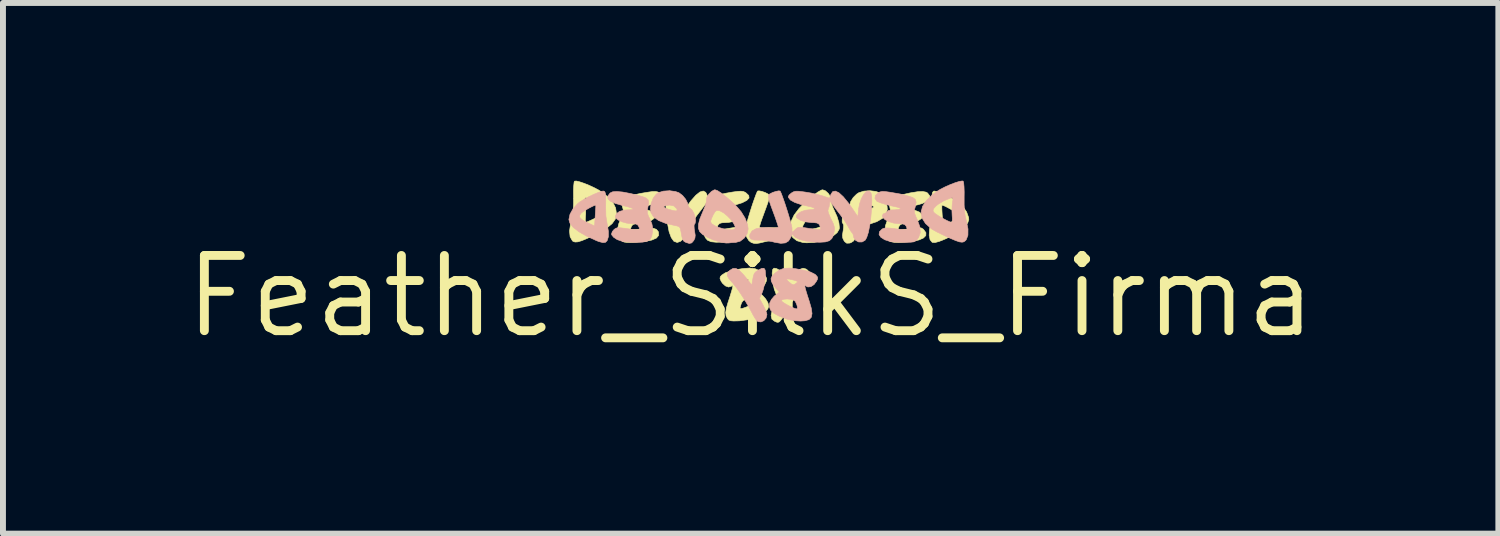
<source format=kicad_pcb>
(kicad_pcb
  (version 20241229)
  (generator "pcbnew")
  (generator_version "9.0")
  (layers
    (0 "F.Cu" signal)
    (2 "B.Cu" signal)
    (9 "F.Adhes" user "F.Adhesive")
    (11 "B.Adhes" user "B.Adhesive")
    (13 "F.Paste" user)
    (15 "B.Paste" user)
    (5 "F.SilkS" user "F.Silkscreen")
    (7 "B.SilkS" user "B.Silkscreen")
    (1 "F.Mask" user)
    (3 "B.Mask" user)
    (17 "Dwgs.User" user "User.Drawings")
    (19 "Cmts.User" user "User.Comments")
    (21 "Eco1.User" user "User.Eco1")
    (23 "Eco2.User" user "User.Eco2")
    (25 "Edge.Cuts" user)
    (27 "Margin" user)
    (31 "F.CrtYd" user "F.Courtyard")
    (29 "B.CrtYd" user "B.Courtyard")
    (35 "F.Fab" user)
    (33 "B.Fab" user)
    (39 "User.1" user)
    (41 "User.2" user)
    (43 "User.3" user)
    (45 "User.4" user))
  (footprint "Feather_SilkS_Firma"
    (layer "F.Cu")
    (at 9.623 1.953)
    (property "Reference" "Feather_SilkS_Firma" (at 0 0 0) (layer "F.SilkS") (effects (font (size 1.27 1.27) (thickness 0.15))))
    (attr through_hole)
    (fp_poly (pts (xy 0.436 -0.469) (xy 0.485 -0.443) (xy 0.527 -0.414) (xy 0.552 -0.386) (xy 0.568 -0.343) (xy 0.581 -0.272) (xy 0.581 -0.269) (xy 0.595 -0.19) (xy 0.694 -0.316) (xy 0.77 -0.404) (xy 0.832 -0.456) (xy 0.884 -0.475) (xy 0.933 -0.462) (xy 0.961 -0.442) (xy 0.998 -0.401) (xy 1.016 -0.364) (xy 1.016 -0.361) (xy 1.002 -0.329) (xy 0.966 -0.28) (xy 0.924 -0.233) (xy 0.876 -0.175) (xy 0.816 -0.092) (xy 0.752 0.004) (xy 0.704 0.085) (xy 0.631 0.21) (xy 0.576 0.303) (xy 0.536 0.368) (xy 0.505 0.409) (xy 0.481 0.432) (xy 0.46 0.439) (xy 0.438 0.435) (xy 0.412 0.424) (xy 0.408 0.423) (xy 0.359 0.385) (xy 0.345 0.323) (xy 0.364 0.236) (xy 0.399 0.159) (xy 0.465 0.031) (xy 0.423 -0.054) (xy 0.398 -0.124) (xy 0.378 -0.217) (xy 0.368 -0.299) (xy 0.363 -0.394) (xy 0.371 -0.452) (xy 0.394 -0.476) (xy 0.436 -0.469)) (stroke (width 0.01) (type solid)) (fill yes) (layer "F.SilkS"))
    (fp_poly (pts (xy 3.146 -1.768) (xy 3.217 -1.742) (xy 3.301 -1.704) (xy 3.387 -1.661) (xy 3.463 -1.617) (xy 3.501 -1.592) (xy 3.584 -1.515) (xy 3.646 -1.424) (xy 3.679 -1.333) (xy 3.683 -1.297) (xy 3.665 -1.241) (xy 3.616 -1.176) (xy 3.543 -1.11) (xy 3.453 -1.05) (xy 3.426 -1.035) (xy 3.289 -0.97) (xy 3.185 -0.928) (xy 3.112 -0.908) (xy 3.067 -0.911) (xy 3.064 -0.913) (xy 3.029 -0.955) (xy 3.014 -1.029) (xy 3.019 -1.128) (xy 3.035 -1.212) (xy 3.059 -1.361) (xy 3.062 -1.508) (xy 3.227 -1.508) (xy 3.229 -1.451) (xy 3.233 -1.381) (xy 3.239 -1.308) (xy 3.246 -1.245) (xy 3.252 -1.203) (xy 3.256 -1.192) (xy 3.282 -1.205) (xy 3.333 -1.228) (xy 3.367 -1.244) (xy 3.449 -1.286) (xy 3.493 -1.324) (xy 3.503 -1.361) (xy 3.48 -1.4) (xy 3.48 -1.4) (xy 3.45 -1.425) (xy 3.4 -1.457) (xy 3.342 -1.49) (xy 3.287 -1.519) (xy 3.245 -1.537) (xy 3.229 -1.539) (xy 3.227 -1.508) (xy 3.062 -1.508) (xy 3.062 -1.525) (xy 3.059 -1.636) (xy 3.062 -1.711) (xy 3.071 -1.755) (xy 3.087 -1.775) (xy 3.1 -1.778) (xy 3.146 -1.768)) (stroke (width 0.01) (type solid)) (fill yes) (layer "F.SilkS"))
    (fp_poly (pts (xy 1.263 -1.781) (xy 1.311 -1.737) (xy 1.348 -1.682) (xy 1.361 -1.629) (xy 1.36 -1.622) (xy 1.364 -1.574) (xy 1.385 -1.508) (xy 1.403 -1.469) (xy 1.458 -1.347) (xy 1.49 -1.242) (xy 1.498 -1.16) (xy 1.495 -1.136) (xy 1.46 -1.075) (xy 1.391 -1.019) (xy 1.296 -0.971) (xy 1.185 -0.934) (xy 1.065 -0.91) (xy 0.945 -0.904) (xy 0.881 -0.909) (xy 0.78 -0.939) (xy 0.71 -0.994) (xy 0.67 -1.07) (xy 0.662 -1.149) (xy 0.877 -1.149) (xy 0.88 -1.141) (xy 0.91 -1.127) (xy 0.969 -1.126) (xy 1.043 -1.136) (xy 1.122 -1.154) (xy 1.193 -1.179) (xy 1.208 -1.186) (xy 1.263 -1.219) (xy 1.286 -1.254) (xy 1.281 -1.301) (xy 1.249 -1.371) (xy 1.247 -1.375) (xy 1.216 -1.427) (xy 1.189 -1.449) (xy 1.155 -1.449) (xy 1.146 -1.447) (xy 1.087 -1.42) (xy 1.023 -1.373) (xy 0.963 -1.314) (xy 0.914 -1.251) (xy 0.882 -1.193) (xy 0.877 -1.149) (xy 0.662 -1.149) (xy 0.661 -1.161) (xy 0.682 -1.264) (xy 0.734 -1.373) (xy 0.817 -1.483) (xy 0.863 -1.531) (xy 0.966 -1.626) (xy 1.058 -1.704) (xy 1.135 -1.761) (xy 1.192 -1.793) (xy 1.215 -1.799) (xy 1.263 -1.781)) (stroke (width 0.01) (type solid)) (fill yes) (layer "F.SilkS"))
    (fp_poly (pts (xy 2.113 -1.771) (xy 2.173 -1.75) (xy 2.232 -1.698) (xy 2.278 -1.618) (xy 2.303 -1.521) (xy 2.307 -1.469) (xy 2.287 -1.388) (xy 2.227 -1.318) (xy 2.128 -1.26) (xy 1.992 -1.216) (xy 1.88 -1.193) (xy 1.833 -1.183) (xy 1.808 -1.163) (xy 1.795 -1.122) (xy 1.788 -1.079) (xy 1.77 -0.991) (xy 1.74 -0.937) (xy 1.693 -0.906) (xy 1.669 -0.899) (xy 1.622 -0.897) (xy 1.588 -0.923) (xy 1.576 -0.94) (xy 1.555 -0.983) (xy 1.55 -1.03) (xy 1.56 -1.099) (xy 1.561 -1.102) (xy 1.569 -1.164) (xy 1.569 -1.208) (xy 1.563 -1.219) (xy 1.545 -1.252) (xy 1.546 -1.308) (xy 1.561 -1.374) (xy 1.588 -1.435) (xy 1.602 -1.452) (xy 1.851 -1.452) (xy 1.863 -1.441) (xy 1.902 -1.445) (xy 1.975 -1.464) (xy 1.977 -1.464) (xy 2.049 -1.488) (xy 2.08 -1.507) (xy 2.072 -1.522) (xy 2.035 -1.534) (xy 1.949 -1.538) (xy 1.887 -1.511) (xy 1.862 -1.48) (xy 1.851 -1.452) (xy 1.602 -1.452) (xy 1.622 -1.478) (xy 1.64 -1.489) (xy 1.668 -1.518) (xy 1.672 -1.539) (xy 1.689 -1.6) (xy 1.731 -1.667) (xy 1.789 -1.725) (xy 1.825 -1.749) (xy 1.91 -1.776) (xy 2.013 -1.783) (xy 2.113 -1.771)) (stroke (width 0.01) (type solid)) (fill yes) (layer "F.SilkS"))
    (fp_poly (pts (xy -2.886 -1.933) (xy -2.809 -1.907) (xy -2.723 -1.872) (xy -2.637 -1.832) (xy -2.559 -1.79) (xy -2.519 -1.764) (xy -2.403 -1.673) (xy -2.325 -1.584) (xy -2.28 -1.492) (xy -2.265 -1.392) (xy -2.265 -1.385) (xy -2.283 -1.307) (xy -2.338 -1.229) (xy -2.432 -1.151) (xy -2.566 -1.071) (xy -2.637 -1.035) (xy -2.76 -0.978) (xy -2.851 -0.94) (xy -2.918 -0.92) (xy -2.964 -0.917) (xy -2.998 -0.928) (xy -3.01 -0.939) (xy -3.048 -1.006) (xy -3.058 -1.103) (xy -3.039 -1.231) (xy -3.028 -1.273) (xy -3.007 -1.363) (xy -2.995 -1.455) (xy -2.99 -1.561) (xy -2.99 -1.653) (xy -2.801 -1.653) (xy -2.799 -1.614) (xy -2.792 -1.572) (xy -2.785 -1.487) (xy -2.785 -1.393) (xy -2.788 -1.36) (xy -2.792 -1.298) (xy -2.789 -1.258) (xy -2.784 -1.249) (xy -2.758 -1.258) (xy -2.705 -1.281) (xy -2.637 -1.313) (xy -2.631 -1.316) (xy -2.54 -1.366) (xy -2.486 -1.408) (xy -2.468 -1.448) (xy -2.482 -1.489) (xy -2.512 -1.522) (xy -2.6 -1.587) (xy -2.712 -1.642) (xy -2.764 -1.66) (xy -2.79 -1.665) (xy -2.801 -1.653) (xy -2.99 -1.653) (xy -2.99 -1.676) (xy -2.991 -1.783) (xy -2.987 -1.868) (xy -2.981 -1.925) (xy -2.974 -1.944) (xy -2.944 -1.947) (xy -2.886 -1.933)) (stroke (width 0.01) (type solid)) (fill yes) (layer "F.SilkS"))
    (fp_poly (pts (xy 2.962 -1.759) (xy 2.986 -1.745) (xy 3.025 -1.694) (xy 3.024 -1.648) (xy 2.982 -1.606) (xy 2.899 -1.568) (xy 2.774 -1.533) (xy 2.773 -1.533) (xy 2.673 -1.507) (xy 2.614 -1.487) (xy 2.597 -1.473) (xy 2.621 -1.463) (xy 2.687 -1.46) (xy 2.689 -1.46) (xy 2.782 -1.449) (xy 2.853 -1.42) (xy 2.893 -1.376) (xy 2.9 -1.346) (xy 2.881 -1.312) (xy 2.83 -1.278) (xy 2.76 -1.25) (xy 2.682 -1.232) (xy 2.629 -1.228) (xy 2.564 -1.225) (xy 2.528 -1.212) (xy 2.506 -1.184) (xy 2.502 -1.175) (xy 2.491 -1.147) (xy 2.493 -1.13) (xy 2.514 -1.123) (xy 2.561 -1.124) (xy 2.638 -1.134) (xy 2.717 -1.145) (xy 2.799 -1.157) (xy 2.851 -1.159) (xy 2.884 -1.153) (xy 2.911 -1.136) (xy 2.921 -1.126) (xy 2.959 -1.074) (xy 2.957 -1.026) (xy 2.917 -0.985) (xy 2.842 -0.952) (xy 2.735 -0.928) (xy 2.597 -0.915) (xy 2.595 -0.915) (xy 2.495 -0.911) (xy 2.427 -0.912) (xy 2.383 -0.919) (xy 2.351 -0.932) (xy 2.331 -0.946) (xy 2.286 -1.008) (xy 2.268 -1.094) (xy 2.276 -1.194) (xy 2.313 -1.299) (xy 2.316 -1.306) (xy 2.347 -1.372) (xy 2.36 -1.421) (xy 2.357 -1.469) (xy 2.347 -1.514) (xy 2.335 -1.577) (xy 2.342 -1.622) (xy 2.371 -1.655) (xy 2.43 -1.682) (xy 2.524 -1.708) (xy 2.542 -1.712) (xy 2.697 -1.747) (xy 2.816 -1.766) (xy 2.904 -1.77) (xy 2.962 -1.759)) (stroke (width 0.01) (type solid)) (fill yes) (layer "F.SilkS"))
    (fp_poly (pts (xy -1.567 -1.762) (xy -1.536 -1.745) (xy -1.492 -1.699) (xy -1.485 -1.65) (xy -1.514 -1.608) (xy -1.553 -1.588) (xy -1.623 -1.564) (xy -1.714 -1.539) (xy -1.814 -1.516) (xy -1.847 -1.509) (xy -1.901 -1.494) (xy -1.914 -1.479) (xy -1.89 -1.467) (xy -1.83 -1.461) (xy -1.813 -1.46) (xy -1.738 -1.456) (xy -1.697 -1.443) (xy -1.686 -1.429) (xy -1.657 -1.401) (xy -1.641 -1.397) (xy -1.614 -1.38) (xy -1.609 -1.359) (xy -1.628 -1.318) (xy -1.679 -1.28) (xy -1.751 -1.249) (xy -1.834 -1.231) (xy -1.881 -1.228) (xy -1.949 -1.224) (xy -1.989 -1.211) (xy -2.012 -1.184) (xy -2.026 -1.145) (xy -2.023 -1.127) (xy -1.998 -1.125) (xy -1.942 -1.128) (xy -1.865 -1.136) (xy -1.832 -1.14) (xy -1.72 -1.152) (xy -1.642 -1.149) (xy -1.592 -1.131) (xy -1.562 -1.096) (xy -1.557 -1.085) (xy -1.554 -1.029) (xy -1.591 -0.984) (xy -1.669 -0.95) (xy -1.785 -0.926) (xy -1.926 -0.915) (xy -2.026 -0.911) (xy -2.093 -0.911) (xy -2.135 -0.916) (xy -2.163 -0.928) (xy -2.185 -0.947) (xy -2.193 -0.956) (xy -2.24 -1.032) (xy -2.251 -1.121) (xy -2.226 -1.228) (xy -2.199 -1.293) (xy -2.165 -1.368) (xy -2.15 -1.42) (xy -2.151 -1.461) (xy -2.158 -1.488) (xy -2.179 -1.571) (xy -2.172 -1.627) (xy -2.137 -1.662) (xy -2.122 -1.669) (xy -2.004 -1.706) (xy -1.851 -1.739) (xy -1.742 -1.757) (xy -1.66 -1.769) (xy -1.605 -1.77) (xy -1.567 -1.762)) (stroke (width 0.01) (type solid)) (fill yes) (layer "F.SilkS"))
    (fp_poly (pts (xy 0.074 -0.467) (xy 0.151 -0.433) (xy 0.205 -0.39) (xy 0.251 -0.341) (xy 0.269 -0.303) (xy 0.266 -0.262) (xy 0.266 -0.26) (xy 0.241 -0.206) (xy 0.199 -0.149) (xy 0.19 -0.139) (xy 0.129 -0.077) (xy 0.203 -0.012) (xy 0.253 0.044) (xy 0.289 0.104) (xy 0.295 0.121) (xy 0.304 0.172) (xy 0.29 0.211) (xy 0.258 0.25) (xy 0.179 0.31) (xy 0.07 0.36) (xy -0.058 0.396) (xy -0.194 0.414) (xy -0.206 0.414) (xy -0.288 0.416) (xy -0.338 0.412) (xy -0.369 0.4) (xy -0.39 0.377) (xy -0.391 0.375) (xy -0.415 0.329) (xy -0.421 0.273) (xy -0.41 0.2) (xy -0.407 0.189) (xy -0.178 0.189) (xy -0.174 0.208) (xy -0.146 0.205) (xy -0.131 0.201) (xy -0.076 0.182) (xy -0.009 0.151) (xy 0.009 0.141) (xy 0.059 0.109) (xy 0.089 0.082) (xy 0.093 0.074) (xy 0.077 0.055) (xy 0.03 0.045) (xy -0.036 0.046) (xy -0.073 0.051) (xy -0.124 0.069) (xy -0.153 0.108) (xy -0.164 0.14) (xy -0.178 0.189) (xy -0.407 0.189) (xy -0.381 0.1) (xy -0.373 0.076) (xy -0.346 -0.007) (xy -0.323 -0.083) (xy -0.308 -0.135) (xy -0.308 -0.136) (xy -0.301 -0.177) (xy -0.309 -0.183) (xy -0.327 -0.17) (xy -0.373 -0.157) (xy -0.426 -0.176) (xy -0.476 -0.222) (xy -0.491 -0.245) (xy -0.178 -0.245) (xy -0.163 -0.227) (xy -0.155 -0.221) (xy -0.123 -0.199) (xy -0.098 -0.196) (xy -0.066 -0.215) (xy -0.032 -0.243) (xy 0.003 -0.277) (xy 0.003 -0.293) (xy -0.034 -0.292) (xy -0.109 -0.275) (xy -0.113 -0.274) (xy -0.163 -0.258) (xy -0.178 -0.245) (xy -0.491 -0.245) (xy -0.5 -0.258) (xy -0.518 -0.303) (xy -0.511 -0.333) (xy -0.488 -0.358) (xy -0.428 -0.397) (xy -0.331 -0.43) (xy -0.193 -0.459) (xy -0.138 -0.468) (xy -0.018 -0.478) (xy 0.074 -0.467)) (stroke (width 0.01) (type solid)) (fill yes) (layer "F.SilkS"))
    (fp_poly (pts (xy 0.188 -1.772) (xy 0.244 -1.753) (xy 0.291 -1.729) (xy 0.308 -1.713) (xy 0.314 -1.689) (xy 0.31 -1.649) (xy 0.292 -1.587) (xy 0.26 -1.497) (xy 0.233 -1.424) (xy 0.199 -1.331) (xy 0.171 -1.253) (xy 0.154 -1.196) (xy 0.148 -1.173) (xy 0.16 -1.159) (xy 0.199 -1.154) (xy 0.271 -1.156) (xy 0.306 -1.158) (xy 0.437 -1.158) (xy 0.536 -1.137) (xy 0.601 -1.094) (xy 0.627 -1.045) (xy 0.63 -0.995) (xy 0.605 -0.964) (xy 0.548 -0.95) (xy 0.472 -0.948) (xy 0.378 -0.944) (xy 0.276 -0.93) (xy 0.231 -0.92) (xy 0.149 -0.9) (xy 0.094 -0.892) (xy 0.053 -0.895) (xy 0.011 -0.909) (xy 0.009 -0.91) (xy -0.03 -0.941) (xy -0.062 -0.992) (xy -0.064 -0.995) (xy -0.084 -1.037) (xy -0.099 -1.044) (xy -0.111 -1.027) (xy -0.158 -0.983) (xy -0.243 -0.95) (xy -0.361 -0.926) (xy -0.458 -0.916) (xy -0.58 -0.913) (xy -0.668 -0.922) (xy -0.728 -0.947) (xy -0.765 -0.99) (xy -0.783 -1.034) (xy -0.799 -1.102) (xy -0.801 -1.156) (xy -0.787 -1.213) (xy -0.754 -1.286) (xy -0.74 -1.313) (xy -0.705 -1.389) (xy -0.691 -1.439) (xy -0.695 -1.474) (xy -0.698 -1.481) (xy -0.716 -1.536) (xy -0.72 -1.57) (xy -0.722 -1.598) (xy -0.732 -1.597) (xy -0.759 -1.564) (xy -0.767 -1.552) (xy -0.806 -1.5) (xy -0.858 -1.431) (xy -0.903 -1.373) (xy -0.957 -1.298) (xy -1.008 -1.22) (xy -1.037 -1.169) (xy -1.069 -1.114) (xy -1.095 -1.076) (xy -1.103 -1.068) (xy -1.119 -1.039) (xy -1.122 -1.018) (xy -1.14 -0.969) (xy -1.184 -0.929) (xy -1.238 -0.91) (xy -1.242 -0.91) (xy -1.296 -0.93) (xy -1.34 -0.991) (xy -1.377 -1.091) (xy -1.404 -1.233) (xy -1.423 -1.416) (xy -1.428 -1.489) (xy -1.433 -1.608) (xy -1.43 -1.69) (xy -1.418 -1.743) (xy -1.397 -1.77) (xy -1.365 -1.778) (xy -1.363 -1.778) (xy -1.325 -1.759) (xy -1.285 -1.708) (xy -1.249 -1.635) (xy -1.222 -1.55) (xy -1.208 -1.476) (xy -1.196 -1.344) (xy -1.103 -1.482) (xy -1.008 -1.613) (xy -0.925 -1.707) (xy -0.856 -1.762) (xy -0.8 -1.778) (xy -0.759 -1.756) (xy -0.739 -1.718) (xy -0.718 -1.657) (xy -0.6 -1.696) (xy -0.519 -1.719) (xy -0.417 -1.741) (xy -0.315 -1.759) (xy -0.309 -1.76) (xy -0.221 -1.772) (xy -0.164 -1.775) (xy -0.124 -1.77) (xy -0.092 -1.756) (xy -0.079 -1.747) (xy -0.032 -1.703) (xy -0.027 -1.661) (xy -0.065 -1.62) (xy -0.143 -1.58) (xy -0.263 -1.542) (xy -0.407 -1.51) (xy -0.455 -1.495) (xy -0.463 -1.479) (xy -0.435 -1.466) (xy -0.375 -1.46) (xy -0.365 -1.46) (xy -0.296 -1.45) (xy -0.232 -1.426) (xy -0.181 -1.394) (xy -0.155 -1.36) (xy -0.157 -1.336) (xy -0.203 -1.296) (xy -0.279 -1.266) (xy -0.373 -1.248) (xy -0.414 -1.246) (xy -0.484 -1.242) (xy -0.524 -1.231) (xy -0.547 -1.209) (xy -0.556 -1.193) (xy -0.568 -1.151) (xy -0.565 -1.13) (xy -0.54 -1.127) (xy -0.483 -1.131) (xy -0.406 -1.141) (xy -0.372 -1.147) (xy -0.285 -1.161) (xy -0.228 -1.167) (xy -0.193 -1.164) (xy -0.167 -1.152) (xy -0.14 -1.129) (xy -0.138 -1.127) (xy -0.085 -1.078) (xy -0.085 -1.147) (xy -0.078 -1.187) (xy -0.06 -1.256) (xy -0.034 -1.346) (xy -0.003 -1.447) (xy 0.03 -1.549) (xy 0.063 -1.644) (xy 0.091 -1.72) (xy 0.112 -1.769) (xy 0.116 -1.777) (xy 0.14 -1.781) (xy 0.188 -1.772)) (stroke (width 0.01) (type solid)) (fill yes) (layer "F.SilkS"))
    (fp_poly (pts (xy 0.245 -0.444) (xy 0.251 -0.379) (xy 0.246 -0.3) (xy 0.233 -0.201) (xy 0.211 -0.11) (xy 0.19 -0.052) (xy 0.148 0.035) (xy 0.211 0.15) (xy 0.245 0.218) (xy 0.268 0.277) (xy 0.275 0.308) (xy 0.26 0.367) (xy 0.222 0.411) (xy 0.173 0.432) (xy 0.124 0.426) (xy 0.101 0.408) (xy 0.07 0.364) (xy 0.036 0.305) (xy 0.032 0.296) (xy -0.027 0.186) (xy -0.096 0.069) (xy -0.169 -0.045) (xy -0.239 -0.144) (xy -0.298 -0.219) (xy -0.311 -0.233) (xy -0.369 -0.3) (xy -0.396 -0.35) (xy -0.392 -0.391) (xy -0.359 -0.432) (xy -0.347 -0.442) (xy -0.298 -0.471) (xy -0.248 -0.471) (xy -0.192 -0.438) (xy -0.125 -0.37) (xy -0.08 -0.316) (xy 0.019 -0.19) (xy 0.032 -0.269) (xy 0.046 -0.341) (xy 0.061 -0.385) (xy 0.086 -0.414) (xy 0.128 -0.442) (xy 0.129 -0.443) (xy 0.187 -0.472) (xy 0.225 -0.474) (xy 0.245 -0.444)) (stroke (width 0.01) (type solid)) (fill yes) (layer "B.SilkS"))
    (fp_poly (pts (xy -2.465 -1.769) (xy -2.452 -1.74) (xy -2.446 -1.683) (xy -2.446 -1.594) (xy -2.448 -1.525) (xy -2.444 -1.355) (xy -2.421 -1.212) (xy -2.402 -1.099) (xy -2.402 -1.006) (xy -2.423 -0.94) (xy -2.451 -0.912) (xy -2.494 -0.907) (xy -2.564 -0.925) (xy -2.604 -0.941) (xy -2.77 -1.016) (xy -2.901 -1.091) (xy -2.996 -1.165) (xy -3.052 -1.237) (xy -3.069 -1.297) (xy -3.055 -1.362) (xy -2.889 -1.362) (xy -2.881 -1.326) (xy -2.839 -1.289) (xy -2.761 -1.246) (xy -2.742 -1.238) (xy -2.635 -1.188) (xy -2.624 -1.361) (xy -2.619 -1.442) (xy -2.615 -1.503) (xy -2.614 -1.536) (xy -2.614 -1.539) (xy -2.633 -1.537) (xy -2.676 -1.517) (xy -2.732 -1.488) (xy -2.791 -1.454) (xy -2.839 -1.422) (xy -2.866 -1.4) (xy -2.889 -1.362) (xy -3.055 -1.362) (xy -3.05 -1.386) (xy -2.999 -1.478) (xy -2.923 -1.562) (xy -2.887 -1.592) (xy -2.822 -1.633) (xy -2.741 -1.678) (xy -2.655 -1.719) (xy -2.574 -1.753) (xy -2.511 -1.774) (xy -2.486 -1.778) (xy -2.465 -1.769)) (stroke (width 0.01) (type solid)) (fill yes) (layer "B.SilkS"))
    (fp_poly (pts (xy -1.271 -1.77) (xy -1.211 -1.749) (xy -1.15 -1.703) (xy -1.097 -1.639) (xy -1.064 -1.573) (xy -1.058 -1.539) (xy -1.042 -1.501) (xy -1.026 -1.489) (xy -0.99 -1.458) (xy -0.959 -1.404) (xy -0.938 -1.339) (xy -0.93 -1.277) (xy -0.938 -1.231) (xy -0.95 -1.219) (xy -0.956 -1.193) (xy -0.953 -1.141) (xy -0.947 -1.102) (xy -0.936 -1.031) (xy -0.941 -0.983) (xy -0.961 -0.942) (xy -0.996 -0.902) (xy -1.036 -0.893) (xy -1.092 -0.91) (xy -1.125 -0.928) (xy -1.147 -0.958) (xy -1.162 -1.011) (xy -1.175 -1.085) (xy -1.187 -1.144) (xy -1.205 -1.174) (xy -1.241 -1.188) (xy -1.267 -1.193) (xy -1.427 -1.229) (xy -1.551 -1.278) (xy -1.637 -1.339) (xy -1.684 -1.413) (xy -1.693 -1.469) (xy -1.689 -1.505) (xy -1.466 -1.505) (xy -1.431 -1.486) (xy -1.379 -1.468) (xy -1.299 -1.446) (xy -1.254 -1.442) (xy -1.24 -1.456) (xy -1.248 -1.48) (xy -1.295 -1.526) (xy -1.367 -1.541) (xy -1.42 -1.534) (xy -1.462 -1.521) (xy -1.466 -1.505) (xy -1.689 -1.505) (xy -1.68 -1.569) (xy -1.644 -1.66) (xy -1.591 -1.728) (xy -1.559 -1.75) (xy -1.474 -1.776) (xy -1.371 -1.783) (xy -1.271 -1.77)) (stroke (width 0.01) (type solid)) (fill yes) (layer "B.SilkS"))
    (fp_poly (pts (xy 3.588 -1.944) (xy 3.596 -1.915) (xy 3.602 -1.851) (xy 3.605 -1.76) (xy 3.604 -1.676) (xy 3.604 -1.545) (xy 3.61 -1.441) (xy 3.623 -1.351) (xy 3.642 -1.273) (xy 3.669 -1.137) (xy 3.668 -1.031) (xy 3.639 -0.956) (xy 3.626 -0.941) (xy 3.6 -0.921) (xy 3.569 -0.914) (xy 3.524 -0.92) (xy 3.46 -0.942) (xy 3.368 -0.981) (xy 3.32 -1.002) (xy 3.228 -1.046) (xy 3.143 -1.088) (xy 3.078 -1.124) (xy 3.052 -1.14) (xy 2.952 -1.229) (xy 2.894 -1.322) (xy 2.877 -1.419) (xy 2.884 -1.447) (xy 3.079 -1.447) (xy 3.087 -1.424) (xy 3.114 -1.398) (xy 3.168 -1.361) (xy 3.235 -1.321) (xy 3.304 -1.284) (xy 3.362 -1.258) (xy 3.395 -1.249) (xy 3.403 -1.268) (xy 3.405 -1.316) (xy 3.402 -1.36) (xy 3.398 -1.449) (xy 3.402 -1.541) (xy 3.406 -1.572) (xy 3.415 -1.632) (xy 3.412 -1.66) (xy 3.396 -1.664) (xy 3.378 -1.66) (xy 3.261 -1.613) (xy 3.16 -1.551) (xy 3.126 -1.522) (xy 3.087 -1.479) (xy 3.079 -1.447) (xy 2.884 -1.447) (xy 2.902 -1.519) (xy 2.968 -1.62) (xy 3.076 -1.722) (xy 3.133 -1.764) (xy 3.199 -1.805) (xy 3.281 -1.847) (xy 3.369 -1.886) (xy 3.452 -1.918) (xy 3.524 -1.94) (xy 3.572 -1.948) (xy 3.588 -1.944)) (stroke (width 0.01) (type solid)) (fill yes) (layer "B.SilkS"))
    (fp_poly (pts (xy -0.559 -1.784) (xy -0.494 -1.742) (xy -0.41 -1.676) (xy -0.313 -1.591) (xy -0.249 -1.531) (xy -0.162 -1.43) (xy -0.094 -1.32) (xy -0.053 -1.212) (xy -0.042 -1.137) (xy -0.061 -1.055) (xy -0.109 -0.983) (xy -0.177 -0.931) (xy -0.254 -0.91) (xy -0.257 -0.91) (xy -0.32 -0.907) (xy -0.37 -0.901) (xy -0.415 -0.9) (xy -0.481 -0.91) (xy -0.519 -0.918) (xy -0.63 -0.952) (xy -0.731 -0.996) (xy -0.811 -1.045) (xy -0.86 -1.092) (xy -0.861 -1.093) (xy -0.882 -1.148) (xy -0.881 -1.218) (xy -0.87 -1.259) (xy -0.677 -1.259) (xy -0.658 -1.226) (xy -0.608 -1.193) (xy -0.537 -1.163) (xy -0.457 -1.139) (xy -0.378 -1.125) (xy -0.312 -1.123) (xy -0.27 -1.136) (xy -0.265 -1.143) (xy -0.263 -1.182) (xy -0.29 -1.236) (xy -0.335 -1.298) (xy -0.394 -1.358) (xy -0.456 -1.409) (xy -0.517 -1.442) (xy -0.532 -1.447) (xy -0.57 -1.45) (xy -0.597 -1.434) (xy -0.626 -1.388) (xy -0.633 -1.375) (xy -0.66 -1.317) (xy -0.676 -1.27) (xy -0.677 -1.259) (xy -0.87 -1.259) (xy -0.857 -1.309) (xy -0.808 -1.428) (xy -0.803 -1.44) (xy -0.771 -1.517) (xy -0.751 -1.583) (xy -0.746 -1.625) (xy -0.746 -1.628) (xy -0.74 -1.672) (xy -0.708 -1.724) (xy -0.662 -1.771) (xy -0.615 -1.797) (xy -0.601 -1.799) (xy -0.559 -1.784)) (stroke (width 0.01) (type solid)) (fill yes) (layer "B.SilkS"))
    (fp_poly (pts (xy -2.162 -1.761) (xy -2.03 -1.736) (xy -1.928 -1.712) (xy -1.828 -1.685) (xy -1.764 -1.659) (xy -1.73 -1.627) (xy -1.721 -1.585) (xy -1.731 -1.525) (xy -1.733 -1.514) (xy -1.746 -1.454) (xy -1.744 -1.408) (xy -1.727 -1.356) (xy -1.702 -1.306) (xy -1.668 -1.226) (xy -1.655 -1.158) (xy -1.657 -1.091) (xy -1.67 -1.014) (xy -1.698 -0.961) (xy -1.747 -0.93) (xy -1.824 -0.915) (xy -1.934 -0.912) (xy -2.025 -0.915) (xy -2.108 -0.921) (xy -2.168 -0.929) (xy -2.174 -0.931) (xy -2.253 -0.958) (xy -2.313 -0.997) (xy -2.346 -1.038) (xy -2.349 -1.054) (xy -2.334 -1.095) (xy -2.304 -1.13) (xy -2.277 -1.149) (xy -2.245 -1.158) (xy -2.197 -1.157) (xy -2.121 -1.148) (xy -2.102 -1.145) (xy -1.999 -1.13) (xy -1.931 -1.123) (xy -1.892 -1.124) (xy -1.877 -1.134) (xy -1.879 -1.154) (xy -1.888 -1.175) (xy -1.908 -1.207) (xy -1.94 -1.223) (xy -1.998 -1.228) (xy -2.015 -1.228) (xy -2.093 -1.236) (xy -2.171 -1.258) (xy -2.236 -1.289) (xy -2.277 -1.323) (xy -2.286 -1.346) (xy -2.266 -1.396) (xy -2.213 -1.434) (xy -2.132 -1.456) (xy -2.075 -1.46) (xy -2.008 -1.463) (xy -1.983 -1.472) (xy -2 -1.487) (xy -2.057 -1.507) (xy -2.157 -1.532) (xy -2.159 -1.533) (xy -2.284 -1.568) (xy -2.368 -1.606) (xy -2.41 -1.648) (xy -2.411 -1.694) (xy -2.373 -1.744) (xy -2.372 -1.745) (xy -2.33 -1.765) (xy -2.261 -1.77) (xy -2.162 -1.761)) (stroke (width 0.01) (type solid)) (fill yes) (layer "B.SilkS"))
    (fp_poly (pts (xy 2.279 -1.768) (xy 2.356 -1.757) (xy 2.533 -1.726) (xy 2.671 -1.691) (xy 2.736 -1.669) (xy 2.779 -1.638) (xy 2.794 -1.589) (xy 2.78 -1.514) (xy 2.772 -1.488) (xy 2.763 -1.448) (xy 2.767 -1.405) (xy 2.788 -1.347) (xy 2.813 -1.293) (xy 2.856 -1.175) (xy 2.864 -1.076) (xy 2.836 -0.994) (xy 2.809 -0.958) (xy 2.783 -0.934) (xy 2.752 -0.92) (xy 2.704 -0.914) (xy 2.63 -0.912) (xy 2.584 -0.913) (xy 2.495 -0.915) (xy 2.419 -0.918) (xy 2.369 -0.923) (xy 2.36 -0.924) (xy 2.264 -0.955) (xy 2.199 -0.996) (xy 2.168 -1.042) (xy 2.174 -1.09) (xy 2.218 -1.135) (xy 2.224 -1.139) (xy 2.255 -1.151) (xy 2.301 -1.155) (xy 2.372 -1.15) (xy 2.446 -1.14) (xy 2.528 -1.13) (xy 2.594 -1.125) (xy 2.632 -1.126) (xy 2.637 -1.127) (xy 2.638 -1.153) (xy 2.626 -1.184) (xy 2.602 -1.211) (xy 2.563 -1.224) (xy 2.495 -1.228) (xy 2.411 -1.237) (xy 2.331 -1.262) (xy 2.267 -1.296) (xy 2.229 -1.336) (xy 2.223 -1.359) (xy 2.237 -1.391) (xy 2.255 -1.397) (xy 2.29 -1.414) (xy 2.3 -1.429) (xy 2.323 -1.449) (xy 2.376 -1.459) (xy 2.427 -1.46) (xy 2.494 -1.465) (xy 2.526 -1.476) (xy 2.521 -1.491) (xy 2.475 -1.506) (xy 2.461 -1.509) (xy 2.36 -1.531) (xy 2.265 -1.556) (xy 2.187 -1.581) (xy 2.137 -1.602) (xy 2.128 -1.608) (xy 2.098 -1.654) (xy 2.108 -1.704) (xy 2.15 -1.745) (xy 2.184 -1.763) (xy 2.223 -1.771) (xy 2.279 -1.768)) (stroke (width 0.01) (type solid)) (fill yes) (layer "B.SilkS"))
    (fp_poly (pts (xy 0.751 -0.468) (xy 0.903 -0.44) (xy 1.014 -0.409) (xy 1.086 -0.372) (xy 1.102 -0.358) (xy 1.129 -0.325) (xy 1.129 -0.293) (xy 1.113 -0.258) (xy 1.07 -0.199) (xy 1.017 -0.164) (xy 0.966 -0.158) (xy 0.941 -0.17) (xy 0.919 -0.185) (xy 0.915 -0.17) (xy 0.922 -0.136) (xy 0.936 -0.085) (xy 0.959 -0.01) (xy 0.986 0.073) (xy 0.987 0.076) (xy 1.023 0.199) (xy 1.036 0.29) (xy 1.024 0.353) (xy 0.985 0.393) (xy 0.917 0.412) (xy 0.843 0.417) (xy 0.742 0.411) (xy 0.641 0.393) (xy 0.602 0.381) (xy 0.476 0.332) (xy 0.388 0.283) (xy 0.336 0.232) (xy 0.315 0.174) (xy 0.322 0.112) (xy 0.34 0.074) (xy 0.519 0.074) (xy 0.536 0.093) (xy 0.58 0.123) (xy 0.639 0.156) (xy 0.699 0.186) (xy 0.75 0.206) (xy 0.774 0.212) (xy 0.789 0.202) (xy 0.786 0.166) (xy 0.778 0.138) (xy 0.753 0.084) (xy 0.714 0.058) (xy 0.687 0.051) (xy 0.616 0.044) (xy 0.557 0.049) (xy 0.523 0.064) (xy 0.519 0.074) (xy 0.34 0.074) (xy 0.35 0.054) (xy 0.398 -0.003) (xy 0.413 -0.015) (xy 0.486 -0.073) (xy 0.424 -0.137) (xy 0.381 -0.193) (xy 0.351 -0.25) (xy 0.348 -0.26) (xy 0.347 -0.278) (xy 0.61 -0.278) (xy 0.644 -0.244) (xy 0.646 -0.243) (xy 0.691 -0.207) (xy 0.72 -0.195) (xy 0.745 -0.204) (xy 0.769 -0.221) (xy 0.791 -0.241) (xy 0.784 -0.255) (xy 0.743 -0.269) (xy 0.727 -0.274) (xy 0.65 -0.292) (xy 0.612 -0.293) (xy 0.61 -0.278) (xy 0.347 -0.278) (xy 0.344 -0.301) (xy 0.361 -0.339) (xy 0.405 -0.386) (xy 0.409 -0.39) (xy 0.481 -0.443) (xy 0.56 -0.472) (xy 0.657 -0.477) (xy 0.751 -0.468)) (stroke (width 0.01) (type solid)) (fill yes) (layer "B.SilkS"))
    (fp_poly (pts (xy 0.498 -1.777) (xy 0.517 -1.737) (xy 0.543 -1.667) (xy 0.575 -1.576) (xy 0.608 -1.475) (xy 0.64 -1.373) (xy 0.667 -1.279) (xy 0.688 -1.203) (xy 0.698 -1.155) (xy 0.698 -1.147) (xy 0.699 -1.078) (xy 0.752 -1.127) (xy 0.779 -1.151) (xy 0.805 -1.164) (xy 0.84 -1.167) (xy 0.895 -1.161) (xy 0.98 -1.148) (xy 0.986 -1.147) (xy 1.069 -1.135) (xy 1.135 -1.128) (xy 1.174 -1.128) (xy 1.179 -1.13) (xy 1.181 -1.157) (xy 1.169 -1.193) (xy 1.15 -1.222) (xy 1.12 -1.238) (xy 1.065 -1.245) (xy 1.027 -1.246) (xy 0.929 -1.257) (xy 0.844 -1.283) (xy 0.785 -1.319) (xy 0.771 -1.336) (xy 0.772 -1.368) (xy 0.805 -1.402) (xy 0.86 -1.433) (xy 0.926 -1.454) (xy 0.979 -1.46) (xy 1.043 -1.465) (xy 1.075 -1.477) (xy 1.072 -1.493) (xy 1.029 -1.508) (xy 1.021 -1.51) (xy 0.862 -1.546) (xy 0.745 -1.585) (xy 0.67 -1.627) (xy 0.637 -1.671) (xy 0.635 -1.684) (xy 0.651 -1.712) (xy 0.69 -1.746) (xy 0.693 -1.747) (xy 0.726 -1.766) (xy 0.761 -1.774) (xy 0.81 -1.774) (xy 0.885 -1.765) (xy 0.923 -1.76) (xy 1.024 -1.743) (xy 1.126 -1.72) (xy 1.209 -1.698) (xy 1.214 -1.696) (xy 1.332 -1.657) (xy 1.353 -1.718) (xy 1.384 -1.767) (xy 1.43 -1.777) (xy 1.49 -1.749) (xy 1.564 -1.681) (xy 1.651 -1.575) (xy 1.717 -1.482) (xy 1.81 -1.344) (xy 1.822 -1.476) (xy 1.839 -1.563) (xy 1.868 -1.646) (xy 1.905 -1.717) (xy 1.945 -1.764) (xy 1.977 -1.778) (xy 2.01 -1.77) (xy 2.031 -1.744) (xy 2.043 -1.693) (xy 2.046 -1.612) (xy 2.042 -1.495) (xy 2.042 -1.489) (xy 2.029 -1.333) (xy 2.01 -1.194) (xy 1.987 -1.079) (xy 1.959 -0.993) (xy 1.933 -0.948) (xy 1.881 -0.918) (xy 1.823 -0.918) (xy 1.771 -0.946) (xy 1.74 -0.994) (xy 1.736 -1.022) (xy 1.725 -1.058) (xy 1.717 -1.068) (xy 1.696 -1.092) (xy 1.667 -1.141) (xy 1.651 -1.169) (xy 1.612 -1.236) (xy 1.56 -1.315) (xy 1.517 -1.373) (xy 1.463 -1.443) (xy 1.412 -1.511) (xy 1.381 -1.552) (xy 1.35 -1.593) (xy 1.337 -1.6) (xy 1.334 -1.578) (xy 1.333 -1.57) (xy 1.324 -1.511) (xy 1.312 -1.481) (xy 1.304 -1.448) (xy 1.314 -1.403) (xy 1.344 -1.334) (xy 1.354 -1.313) (xy 1.393 -1.232) (xy 1.412 -1.173) (xy 1.415 -1.119) (xy 1.403 -1.057) (xy 1.397 -1.034) (xy 1.371 -0.977) (xy 1.329 -0.939) (xy 1.262 -0.919) (xy 1.166 -0.913) (xy 1.072 -0.916) (xy 0.932 -0.933) (xy 0.824 -0.96) (xy 0.752 -0.997) (xy 0.725 -1.027) (xy 0.71 -1.045) (xy 0.694 -1.032) (xy 0.677 -0.995) (xy 0.64 -0.935) (xy 0.586 -0.902) (xy 0.509 -0.895) (xy 0.404 -0.913) (xy 0.37 -0.922) (xy 0.285 -0.939) (xy 0.187 -0.948) (xy 0.142 -0.948) (xy 0.055 -0.951) (xy 0.003 -0.968) (xy -0.017 -1.002) (xy -0.013 -1.045) (xy 0.023 -1.104) (xy 0.094 -1.143) (xy 0.199 -1.16) (xy 0.308 -1.158) (xy 0.394 -1.154) (xy 0.444 -1.156) (xy 0.464 -1.167) (xy 0.466 -1.173) (xy 0.459 -1.202) (xy 0.439 -1.262) (xy 0.411 -1.343) (xy 0.381 -1.424) (xy 0.34 -1.535) (xy 0.314 -1.613) (xy 0.301 -1.666) (xy 0.301 -1.699) (xy 0.311 -1.72) (xy 0.323 -1.729) (xy 0.372 -1.754) (xy 0.428 -1.772) (xy 0.475 -1.781) (xy 0.498 -1.777)) (stroke (width 0.01) (type solid)) (fill yes) (layer "B.SilkS")))
  (gr_rect
    (start -3 -3)
    (end 22.246 5.959)
    (stroke (width 0.1) (type default))
    (fill no)
    (layer "Edge.Cuts")))
</source>
